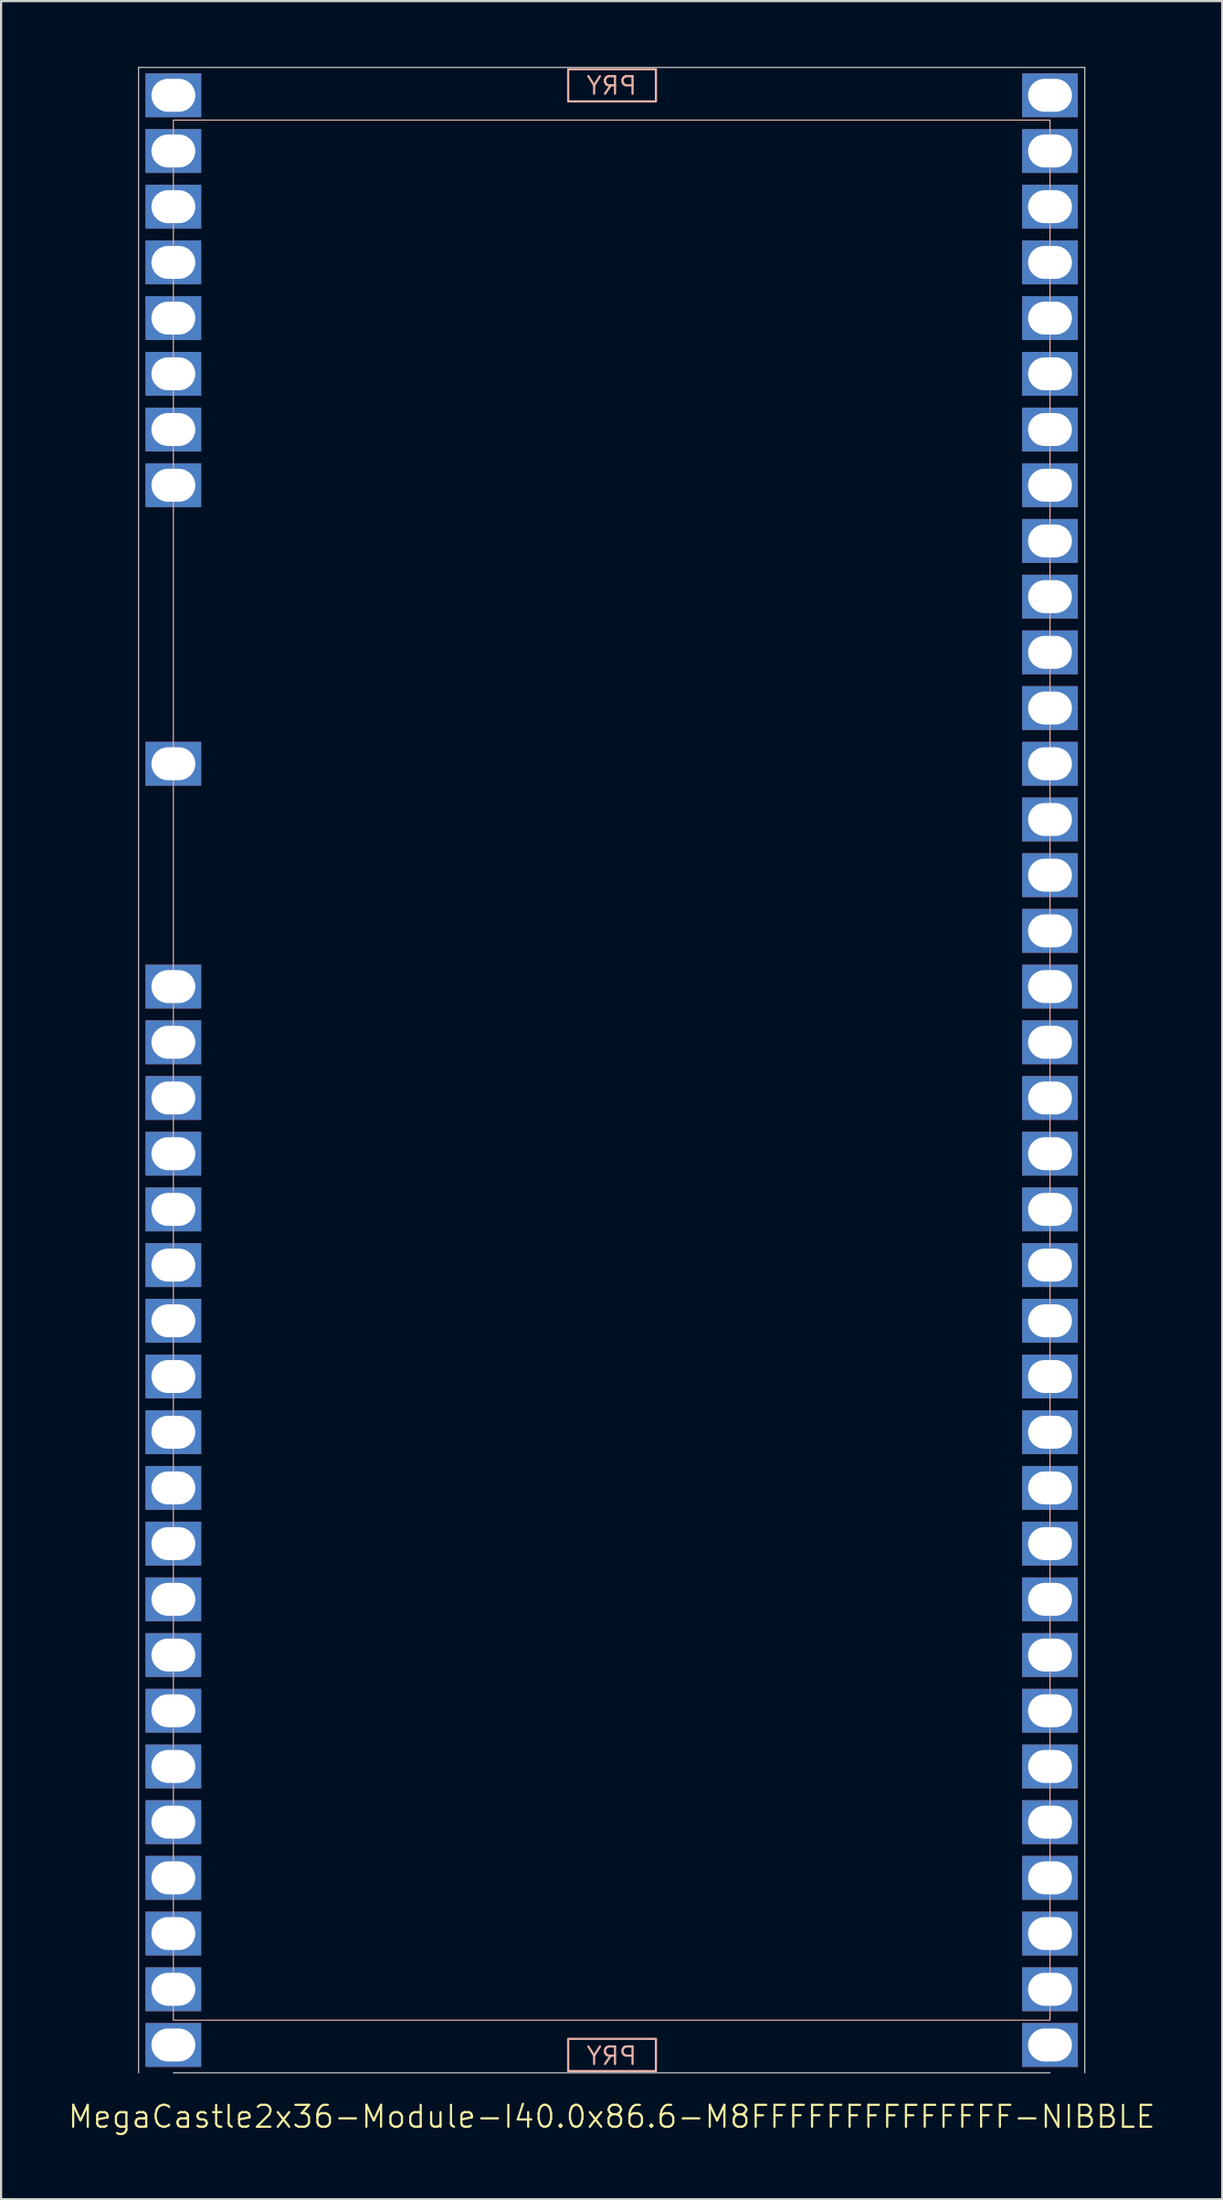
<source format=kicad_pcb>
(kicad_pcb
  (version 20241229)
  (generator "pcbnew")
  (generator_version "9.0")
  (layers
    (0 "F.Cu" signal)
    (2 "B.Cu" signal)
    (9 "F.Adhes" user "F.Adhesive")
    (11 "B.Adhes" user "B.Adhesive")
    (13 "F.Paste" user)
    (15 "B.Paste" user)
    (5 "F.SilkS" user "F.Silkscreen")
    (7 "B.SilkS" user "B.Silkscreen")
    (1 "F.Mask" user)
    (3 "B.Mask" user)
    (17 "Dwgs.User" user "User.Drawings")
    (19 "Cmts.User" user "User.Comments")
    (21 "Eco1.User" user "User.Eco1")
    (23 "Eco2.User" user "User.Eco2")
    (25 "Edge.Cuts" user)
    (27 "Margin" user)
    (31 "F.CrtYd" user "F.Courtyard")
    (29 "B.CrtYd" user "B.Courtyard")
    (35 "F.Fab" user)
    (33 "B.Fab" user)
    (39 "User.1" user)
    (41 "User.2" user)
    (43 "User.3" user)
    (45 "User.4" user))
  (footprint "MegaCastle2x36-Module-I40.0x86.6-M8FFFFFFFFFFFFFF-NIBBLE"
    (layer "F.Cu")
    (at 24.86 45.745)
    (property "Reference" "MegaCastle2x36-Module-I40.0x86.6-M8FFFFFFFFFFFFFF-NIBBLE" (at 0 47.72 0) (unlocked yes) (layer "F.SilkS") (effects (font (size 1 1) (thickness 0.1))))
    (attr smd)
    (fp_rect (start -20 43.32) (end 20 -43.32) (stroke (width 0.05) (type default)) (fill no) (layer "B.SilkS"))
    (fp_rect (start -1.984 -44.171) (end 2.02 -45.64) (stroke (width 0.1) (type default)) (fill no) (layer "B.SilkS"))
    (fp_rect (start -1.984 44.171) (end 2.02 45.64) (stroke (width 0.1) (type default)) (fill no) (layer "B.SilkS"))
    (fp_line (start -21.587 -45.72) (end -21.587 45.72) (stroke (width 0.05) (type default)) (layer "Edge.Cuts"))
    (fp_line (start -21.587 -45.72) (end 21.587 -45.72) (stroke (width 0.05) (type default)) (layer "Edge.Cuts"))
    (fp_line (start -20 45.72) (end 20 45.72) (stroke (width 0.05) (type default)) (layer "Edge.Cuts"))
    (fp_line (start 21.587 -45.72) (end 21.587 45.72) (stroke (width 0.05) (type default)) (layer "Edge.Cuts"))
    (fp_text user "PRY" (at 0 -44.42 0) (unlocked yes) (layer "B.SilkS") (effects (font (size 0.8 0.8) (thickness 0.1)) (justify bottom mirror)))
    (fp_text user "PRY" (at 0 45.42 0) (unlocked yes) (layer "B.SilkS") (effects (font (size 0.8 0.8) (thickness 0.1)) (justify bottom mirror)))
    (pad "1" thru_hole rect (at -20 -44.45) (size 2.54 2) (drill oval 2 1.5) (property pad_prop_castellated) (layers "*.Cu" "*.Mask"))
    (pad "2" thru_hole rect (at -20 -41.91) (size 2.54 2) (drill oval 2 1.5) (property pad_prop_castellated) (layers "*.Cu" "*.Mask"))
    (pad "3" thru_hole rect (at -20 -39.37) (size 2.54 2) (drill oval 2 1.5) (property pad_prop_castellated) (layers "*.Cu" "*.Mask"))
    (pad "4" thru_hole rect (at -20 -36.83) (size 2.54 2) (drill oval 2 1.5) (property pad_prop_castellated) (layers "*.Cu" "*.Mask"))
    (pad "5" thru_hole rect (at -20 -34.29) (size 2.54 2) (drill oval 2 1.5) (property pad_prop_castellated) (layers "*.Cu" "*.Mask"))
    (pad "6" thru_hole rect (at -20 -31.75) (size 2.54 2) (drill oval 2 1.5) (property pad_prop_castellated) (layers "*.Cu" "*.Mask"))
    (pad "7" thru_hole rect (at -20 -29.21) (size 2.54 2) (drill oval 2 1.5) (property pad_prop_castellated) (layers "*.Cu" "*.Mask"))
    (pad "8" thru_hole rect (at -20 -26.67) (size 2.54 2) (drill oval 2 1.5) (property pad_prop_castellated) (layers "*.Cu" "*.Mask"))
    (pad "13" thru_hole rect (at -20 -13.97) (size 2.54 2) (drill oval 2 1.5) (property pad_prop_castellated) (layers "*.Cu" "*.Mask"))
    (pad "17" thru_hole rect (at -20 -3.81) (size 2.54 2) (drill oval 2 1.5) (property pad_prop_castellated) (layers "*.Cu" "*.Mask"))
    (pad "18" thru_hole rect (at -20 -1.27) (size 2.54 2) (drill oval 2 1.5) (property pad_prop_castellated) (layers "*.Cu" "*.Mask"))
    (pad "19" thru_hole rect (at -20 1.27) (size 2.54 2) (drill oval 2 1.5) (property pad_prop_castellated) (layers "*.Cu" "*.Mask"))
    (pad "20" thru_hole rect (at -20 3.81) (size 2.54 2) (drill oval 2 1.5) (property pad_prop_castellated) (layers "*.Cu" "*.Mask"))
    (pad "21" thru_hole rect (at -20 6.35) (size 2.54 2) (drill oval 2 1.5) (property pad_prop_castellated) (layers "*.Cu" "*.Mask"))
    (pad "22" thru_hole rect (at -20 8.89) (size 2.54 2) (drill oval 2 1.5) (property pad_prop_castellated) (layers "*.Cu" "*.Mask"))
    (pad "23" thru_hole rect (at -20 11.43) (size 2.54 2) (drill oval 2 1.5) (property pad_prop_castellated) (layers "*.Cu" "*.Mask"))
    (pad "24" thru_hole rect (at -20 13.97) (size 2.54 2) (drill oval 2 1.5) (property pad_prop_castellated) (layers "*.Cu" "*.Mask"))
    (pad "25" thru_hole rect (at -20 16.51) (size 2.54 2) (drill oval 2 1.5) (property pad_prop_castellated) (layers "*.Cu" "*.Mask"))
    (pad "26" thru_hole rect (at -20 19.05) (size 2.54 2) (drill oval 2 1.5) (property pad_prop_castellated) (layers "*.Cu" "*.Mask"))
    (pad "27" thru_hole rect (at -20 21.59) (size 2.54 2) (drill oval 2 1.5) (property pad_prop_castellated) (layers "*.Cu" "*.Mask"))
    (pad "28" thru_hole rect (at -20 24.13) (size 2.54 2) (drill oval 2 1.5) (property pad_prop_castellated) (layers "*.Cu" "*.Mask"))
    (pad "29" thru_hole rect (at -20 26.67) (size 2.54 2) (drill oval 2 1.5) (property pad_prop_castellated) (layers "*.Cu" "*.Mask"))
    (pad "30" thru_hole rect (at -20 29.21) (size 2.54 2) (drill oval 2 1.5) (property pad_prop_castellated) (layers "*.Cu" "*.Mask"))
    (pad "31" thru_hole rect (at -20 31.75) (size 2.54 2) (drill oval 2 1.5) (property pad_prop_castellated) (layers "*.Cu" "*.Mask"))
    (pad "32" thru_hole rect (at -20 34.29) (size 2.54 2) (drill oval 2 1.5) (property pad_prop_castellated) (layers "*.Cu" "*.Mask"))
    (pad "33" thru_hole rect (at -20 36.83) (size 2.54 2) (drill oval 2 1.5) (property pad_prop_castellated) (layers "*.Cu" "*.Mask"))
    (pad "34" thru_hole rect (at -20 39.37) (size 2.54 2) (drill oval 2 1.5) (property pad_prop_castellated) (layers "*.Cu" "*.Mask"))
    (pad "35" thru_hole rect (at -20 41.91) (size 2.54 2) (drill oval 2 1.5) (property pad_prop_castellated) (layers "*.Cu" "*.Mask"))
    (pad "36" thru_hole rect (at -20 44.45) (size 2.54 2) (drill oval 2 1.5) (property pad_prop_castellated) (layers "*.Cu" "*.Mask"))
    (pad "37" thru_hole rect (at 20 -44.45) (size 2.54 2) (drill oval 2 1.5) (property pad_prop_castellated) (layers "*.Cu" "*.Mask"))
    (pad "38" thru_hole rect (at 20 -41.91) (size 2.54 2) (drill oval 2 1.5) (property pad_prop_castellated) (layers "*.Cu" "*.Mask"))
    (pad "39" thru_hole rect (at 20 -39.37) (size 2.54 2) (drill oval 2 1.5) (property pad_prop_castellated) (layers "*.Cu" "*.Mask"))
    (pad "40" thru_hole rect (at 20 -36.83) (size 2.54 2) (drill oval 2 1.5) (property pad_prop_castellated) (layers "*.Cu" "*.Mask"))
    (pad "41" thru_hole rect (at 20 -34.29) (size 2.54 2) (drill oval 2 1.5) (property pad_prop_castellated) (layers "*.Cu" "*.Mask"))
    (pad "42" thru_hole rect (at 20 -31.75) (size 2.54 2) (drill oval 2 1.5) (property pad_prop_castellated) (layers "*.Cu" "*.Mask"))
    (pad "43" thru_hole rect (at 20 -29.21) (size 2.54 2) (drill oval 2 1.5) (property pad_prop_castellated) (layers "*.Cu" "*.Mask"))
    (pad "44" thru_hole rect (at 20 -26.67) (size 2.54 2) (drill oval 2 1.5) (property pad_prop_castellated) (layers "*.Cu" "*.Mask"))
    (pad "45" thru_hole rect (at 20 -24.13) (size 2.54 2) (drill oval 2 1.5) (property pad_prop_castellated) (layers "*.Cu" "*.Mask"))
    (pad "46" thru_hole rect (at 20 -21.59) (size 2.54 2) (drill oval 2 1.5) (property pad_prop_castellated) (layers "*.Cu" "*.Mask"))
    (pad "47" thru_hole rect (at 20 -19.05) (size 2.54 2) (drill oval 2 1.5) (property pad_prop_castellated) (layers "*.Cu" "*.Mask"))
    (pad "48" thru_hole rect (at 20 -16.51) (size 2.54 2) (drill oval 2 1.5) (property pad_prop_castellated) (layers "*.Cu" "*.Mask"))
    (pad "49" thru_hole rect (at 20 -13.97) (size 2.54 2) (drill oval 2 1.5) (property pad_prop_castellated) (layers "*.Cu" "*.Mask"))
    (pad "50" thru_hole rect (at 20 -11.43) (size 2.54 2) (drill oval 2 1.5) (property pad_prop_castellated) (layers "*.Cu" "*.Mask"))
    (pad "51" thru_hole rect (at 20 -8.89) (size 2.54 2) (drill oval 2 1.5) (property pad_prop_castellated) (layers "*.Cu" "*.Mask"))
    (pad "52" thru_hole rect (at 20 -6.35) (size 2.54 2) (drill oval 2 1.5) (property pad_prop_castellated) (layers "*.Cu" "*.Mask"))
    (pad "53" thru_hole rect (at 20 -3.81) (size 2.54 2) (drill oval 2 1.5) (property pad_prop_castellated) (layers "*.Cu" "*.Mask"))
    (pad "54" thru_hole rect (at 20 -1.27) (size 2.54 2) (drill oval 2 1.5) (property pad_prop_castellated) (layers "*.Cu" "*.Mask"))
    (pad "55" thru_hole rect (at 20 1.27) (size 2.54 2) (drill oval 2 1.5) (property pad_prop_castellated) (layers "*.Cu" "*.Mask"))
    (pad "56" thru_hole rect (at 20 3.81) (size 2.54 2) (drill oval 2 1.5) (property pad_prop_castellated) (layers "*.Cu" "*.Mask"))
    (pad "57" thru_hole rect (at 20 6.35) (size 2.54 2) (drill oval 2 1.5) (property pad_prop_castellated) (layers "*.Cu" "*.Mask"))
    (pad "58" thru_hole rect (at 20 8.89) (size 2.54 2) (drill oval 2 1.5) (property pad_prop_castellated) (layers "*.Cu" "*.Mask"))
    (pad "59" thru_hole rect (at 20 11.43) (size 2.54 2) (drill oval 2 1.5) (property pad_prop_castellated) (layers "*.Cu" "*.Mask"))
    (pad "60" thru_hole rect (at 20 13.97) (size 2.54 2) (drill oval 2 1.5) (property pad_prop_castellated) (layers "*.Cu" "*.Mask"))
    (pad "61" thru_hole rect (at 20 16.51) (size 2.54 2) (drill oval 2 1.5) (property pad_prop_castellated) (layers "*.Cu" "*.Mask"))
    (pad "62" thru_hole rect (at 20 19.05) (size 2.54 2) (drill oval 2 1.5) (property pad_prop_castellated) (layers "*.Cu" "*.Mask"))
    (pad "63" thru_hole rect (at 20 21.59) (size 2.54 2) (drill oval 2 1.5) (property pad_prop_castellated) (layers "*.Cu" "*.Mask"))
    (pad "64" thru_hole rect (at 20 24.13) (size 2.54 2) (drill oval 2 1.5) (property pad_prop_castellated) (layers "*.Cu" "*.Mask"))
    (pad "65" thru_hole rect (at 20 26.67) (size 2.54 2) (drill oval 2 1.5) (property pad_prop_castellated) (layers "*.Cu" "*.Mask"))
    (pad "66" thru_hole rect (at 20 29.21) (size 2.54 2) (drill oval 2 1.5) (property pad_prop_castellated) (layers "*.Cu" "*.Mask"))
    (pad "67" thru_hole rect (at 20 31.75) (size 2.54 2) (drill oval 2 1.5) (property pad_prop_castellated) (layers "*.Cu" "*.Mask"))
    (pad "68" thru_hole rect (at 20 34.29) (size 2.54 2) (drill oval 2 1.5) (property pad_prop_castellated) (layers "*.Cu" "*.Mask"))
    (pad "69" thru_hole rect (at 20 36.83) (size 2.54 2) (drill oval 2 1.5) (property pad_prop_castellated) (layers "*.Cu" "*.Mask"))
    (pad "70" thru_hole rect (at 20 39.37) (size 2.54 2) (drill oval 2 1.5) (property pad_prop_castellated) (layers "*.Cu" "*.Mask"))
    (pad "71" thru_hole rect (at 20 41.91) (size 2.54 2) (drill oval 2 1.5) (property pad_prop_castellated) (layers "*.Cu" "*.Mask"))
    (pad "72" thru_hole rect (at 20 44.45) (size 2.54 2) (drill oval 2 1.5) (property pad_prop_castellated) (layers "*.Cu" "*.Mask"))
    (zone (net_name "") (layer "B.Cu") (hatch edge 0.5) (connect_pads) (min_thickness 0.25) (filled_areas_thickness no) (keepout (tracks allowed) (vias allowed) (pads allowed) (copperpour allowed) (footprints not_allowed)) (placement (enabled no)) (fill) (polygon (pts (xy 4.86 91.465) (xy 4.86 0.025))))
    (zone (net_name "") (layer "B.Cu") (hatch edge 0.5) (connect_pads) (min_thickness 0.25) (filled_areas_thickness no) (keepout (tracks allowed) (vias allowed) (pads allowed) (copperpour allowed) (footprints not_allowed)) (placement (enabled no)) (fill) (polygon (pts (xy 44.86 91.465) (xy 44.86 0.025))))
    (zone (net_name "") (layer "B.Cu") (hatch edge 0.5) (connect_pads) (min_thickness 0.25) (filled_areas_thickness no) (keepout (tracks allowed) (vias allowed) (pads allowed) (copperpour allowed) (footprints not_allowed)) (placement (enabled no)) (fill) (polygon (pts (xy 4.86 0.025) (xy 4.86 2.425) (xy 44.86 2.425) (xy 44.86 0.025))))
    (zone (net_name "") (layer "B.Cu") (hatch edge 0.5) (connect_pads) (min_thickness 0.25) (filled_areas_thickness no) (keepout (tracks allowed) (vias allowed) (pads allowed) (copperpour allowed) (footprints not_allowed)) (placement (enabled no)) (fill) (polygon (pts (xy 4.86 91.465) (xy 4.86 89.065) (xy 44.86 89.065) (xy 44.86 91.465))))
    (zone (net_name "") (layer "B.Cu") (name "Upper Pry Zone") (hatch edge 0.5) (connect_pads) (min_thickness 0.25) (filled_areas_thickness no) (keepout (tracks not_allowed) (vias not_allowed) (pads not_allowed) (copperpour allowed) (footprints not_allowed)) (placement (enabled no)) (fill) (polygon (pts (xy 22.875 1.574) (xy 22.875 0.105) (xy 26.879 0.105) (xy 26.879 1.574))))
    (zone (net_name "") (layer "B.Cu") (name "Upper Pry Zone") (hatch edge 0.5) (connect_pads) (min_thickness 0.25) (filled_areas_thickness no) (keepout (tracks not_allowed) (vias not_allowed) (pads not_allowed) (copperpour allowed) (footprints not_allowed)) (placement (enabled no)) (fill) (polygon (pts (xy 22.875 89.916) (xy 22.875 91.385) (xy 26.879 91.385) (xy 26.879 89.916)))))
  (gr_rect
    (start -3 -3)
    (end 52.719 97.226)
    (stroke (width 0.1) (type default))
    (fill no)
    (layer "Edge.Cuts")))
</source>
